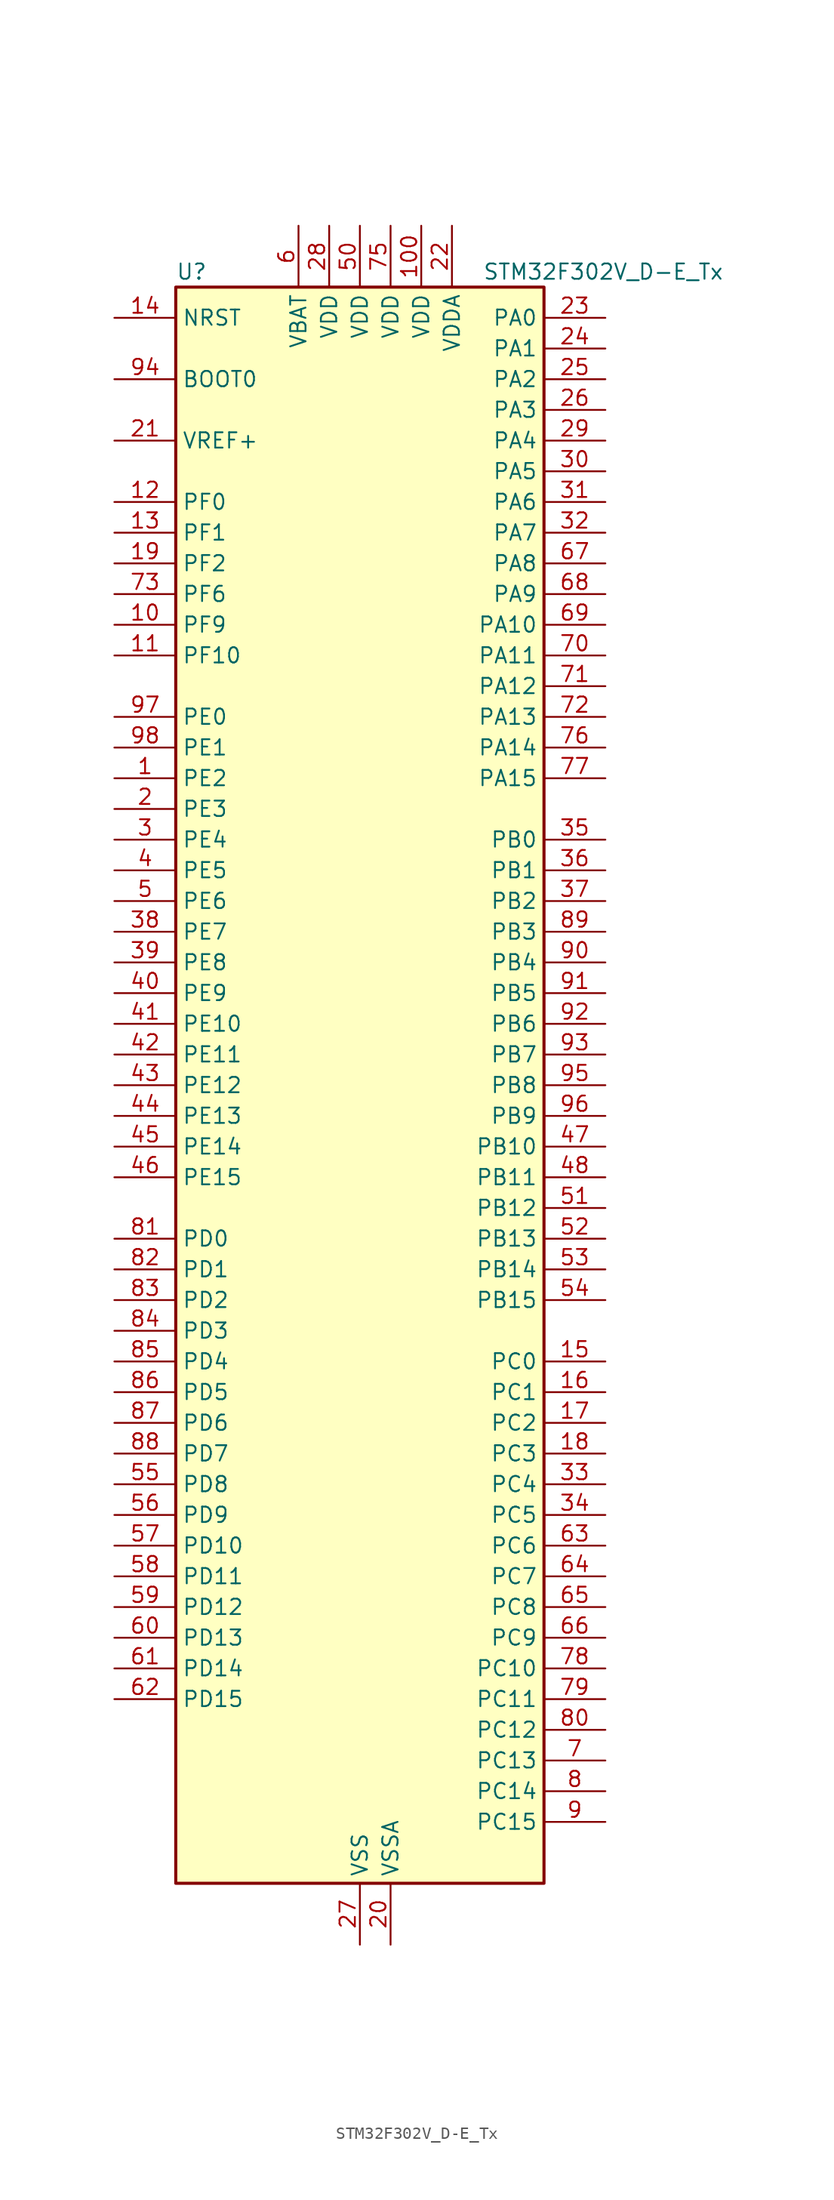
<source format=kicad_sym>
(kicad_symbol_lib
  (version 20231120)
  (generator "kicad_symbol_editor")
  (generator_version "8.0")
  (symbol "STM32F302V_D-E_Tx"
    (property "Reference" "U"
      (at -15.24 67.31 0)
      (effects (font (size 1.27 1.27)) (justify left)))
    (property "Value" "STM32F302V_D-E_Tx"
      (at 10.16 67.31 0)
      (effects (font (size 1.27 1.27)) (justify left)))
    (property "ki_locked" ""
      (at 0 0 0)
      (effects (font (size 1.27 1.27))))
    (symbol "STM32F302V_D-E_Tx_0_1"
      (rectangle (start -15.24 -66.04) (end 15.24 66.04) (stroke (width 0.254) (type default)) (fill (type background))))
    (symbol "STM32F302V_D-E_Tx_1_1"
      (pin bidirectional line (at -20.32 25.4 0) (length 5.08) (name "PE2" (effects (font (size 1.27 1.27)))) (number "1" (effects (font (size 1.27 1.27)))) (alternate "FMC_A23" bidirectional line) (alternate "SPI4_SCK" bidirectional line) (alternate "SYS_TRACECK" bidirectional line) (alternate "TIM3_CH1" bidirectional line) (alternate "TSC_G7_IO1" bidirectional line))
      (pin bidirectional line (at -20.32 38.1 0) (length 5.08) (name "PF9" (effects (font (size 1.27 1.27)))) (number "10" (effects (font (size 1.27 1.27)))) (alternate "DAC1_EXTI9" bidirectional line) (alternate "FMC_CD" bidirectional line) (alternate "SPI2_SCK" bidirectional line) (alternate "TIM15_CH1" bidirectional line))
      (pin power_in line (at 5.08 71.12 270) (length 5.08) (name "VDD" (effects (font (size 1.27 1.27)))) (number "100" (effects (font (size 1.27 1.27)))))
      (pin bidirectional line (at -20.32 35.56 0) (length 5.08) (name "PF10" (effects (font (size 1.27 1.27)))) (number "11" (effects (font (size 1.27 1.27)))) (alternate "FMC_INTR" bidirectional line) (alternate "SPI2_SCK" bidirectional line) (alternate "TIM15_CH2" bidirectional line))
      (pin bidirectional line (at -20.32 48.26 0) (length 5.08) (name "PF0" (effects (font (size 1.27 1.27)))) (number "12" (effects (font (size 1.27 1.27)))) (alternate "I2C2_SDA" bidirectional line) (alternate "I2S2_WS" bidirectional line) (alternate "RCC_OSC_IN" bidirectional line) (alternate "SPI2_NSS" bidirectional line) (alternate "TIM1_CH3N" bidirectional line))
      (pin bidirectional line (at -20.32 45.72 0) (length 5.08) (name "PF1" (effects (font (size 1.27 1.27)))) (number "13" (effects (font (size 1.27 1.27)))) (alternate "I2C2_SCL" bidirectional line) (alternate "I2S2_CK" bidirectional line) (alternate "RCC_OSC_OUT" bidirectional line) (alternate "SPI2_SCK" bidirectional line))
      (pin input line (at -20.32 63.5 0) (length 5.08) (name "NRST" (effects (font (size 1.27 1.27)))) (number "14" (effects (font (size 1.27 1.27)))))
      (pin bidirectional line (at 20.32 -22.86 180) (length 5.08) (name "PC0" (effects (font (size 1.27 1.27)))) (number "15" (effects (font (size 1.27 1.27)))) (alternate "ADC1_IN6" bidirectional line) (alternate "ADC2_IN6" bidirectional line) (alternate "TIM1_CH1" bidirectional line))
      (pin bidirectional line (at 20.32 -25.4 180) (length 5.08) (name "PC1" (effects (font (size 1.27 1.27)))) (number "16" (effects (font (size 1.27 1.27)))) (alternate "ADC1_IN7" bidirectional line) (alternate "ADC2_IN7" bidirectional line) (alternate "TIM1_CH2" bidirectional line))
      (pin bidirectional line (at 20.32 -27.94 180) (length 5.08) (name "PC2" (effects (font (size 1.27 1.27)))) (number "17" (effects (font (size 1.27 1.27)))) (alternate "ADC1_IN8" bidirectional line) (alternate "ADC2_IN8" bidirectional line) (alternate "TIM1_CH3" bidirectional line))
      (pin bidirectional line (at 20.32 -30.48 180) (length 5.08) (name "PC3" (effects (font (size 1.27 1.27)))) (number "18" (effects (font (size 1.27 1.27)))) (alternate "ADC1_IN9" bidirectional line) (alternate "ADC2_IN9" bidirectional line) (alternate "TIM1_BKIN2" bidirectional line) (alternate "TIM1_CH4" bidirectional line))
      (pin bidirectional line (at -20.32 43.18 0) (length 5.08) (name "PF2" (effects (font (size 1.27 1.27)))) (number "19" (effects (font (size 1.27 1.27)))) (alternate "ADC1_IN10" bidirectional line) (alternate "ADC2_IN10" bidirectional line) (alternate "FMC_A2" bidirectional line))
      (pin bidirectional line (at -20.32 22.86 0) (length 5.08) (name "PE3" (effects (font (size 1.27 1.27)))) (number "2" (effects (font (size 1.27 1.27)))) (alternate "FMC_A19" bidirectional line) (alternate "SPI4_NSS" bidirectional line) (alternate "SYS_TRACED0" bidirectional line) (alternate "TIM3_CH2" bidirectional line) (alternate "TSC_G7_IO2" bidirectional line))
      (pin power_in line (at 2.54 -71.12 90) (length 5.08) (name "VSSA" (effects (font (size 1.27 1.27)))) (number "20" (effects (font (size 1.27 1.27)))))
      (pin input line (at -20.32 53.34 0) (length 5.08) (name "VREF+" (effects (font (size 1.27 1.27)))) (number "21" (effects (font (size 1.27 1.27)))))
      (pin power_in line (at 7.62 71.12 270) (length 5.08) (name "VDDA" (effects (font (size 1.27 1.27)))) (number "22" (effects (font (size 1.27 1.27)))))
      (pin bidirectional line (at 20.32 63.5 180) (length 5.08) (name "PA0" (effects (font (size 1.27 1.27)))) (number "23" (effects (font (size 1.27 1.27)))) (alternate "ADC1_IN1" bidirectional line) (alternate "COMP1_INM" bidirectional line) (alternate "COMP1_OUT" bidirectional line) (alternate "RTC_TAMP2" bidirectional line) (alternate "SYS_WKUP1" bidirectional line) (alternate "TIM2_CH1" bidirectional line) (alternate "TIM2_ETR" bidirectional line) (alternate "TSC_G1_IO1" bidirectional line) (alternate "USART2_CTS" bidirectional line))
      (pin bidirectional line (at 20.32 60.96 180) (length 5.08) (name "PA1" (effects (font (size 1.27 1.27)))) (number "24" (effects (font (size 1.27 1.27)))) (alternate "ADC1_IN2" bidirectional line) (alternate "COMP1_INP" bidirectional line) (alternate "OPAMP1_VINP" bidirectional line) (alternate "OPAMP1_VINP_SEC" bidirectional line) (alternate "RTC_REFIN" bidirectional line) (alternate "TIM15_CH1N" bidirectional line) (alternate "TIM2_CH2" bidirectional line) (alternate "TSC_G1_IO2" bidirectional line) (alternate "USART2_DE" bidirectional line) (alternate "USART2_RTS" bidirectional line))
      (pin bidirectional line (at 20.32 58.42 180) (length 5.08) (name "PA2" (effects (font (size 1.27 1.27)))) (number "25" (effects (font (size 1.27 1.27)))) (alternate "ADC1_IN3" bidirectional line) (alternate "COMP2_INM" bidirectional line) (alternate "COMP2_OUT" bidirectional line) (alternate "OPAMP1_VOUT" bidirectional line) (alternate "TIM15_CH1" bidirectional line) (alternate "TIM2_CH3" bidirectional line) (alternate "TSC_G1_IO3" bidirectional line) (alternate "USART2_TX" bidirectional line))
      (pin bidirectional line (at 20.32 55.88 180) (length 5.08) (name "PA3" (effects (font (size 1.27 1.27)))) (number "26" (effects (font (size 1.27 1.27)))) (alternate "ADC1_IN4" bidirectional line) (alternate "OPAMP1_VINM" bidirectional line) (alternate "OPAMP1_VINM_SEC" bidirectional line) (alternate "OPAMP1_VINP" bidirectional line) (alternate "OPAMP1_VINP_SEC" bidirectional line) (alternate "TIM15_CH2" bidirectional line) (alternate "TIM2_CH4" bidirectional line) (alternate "TSC_G1_IO4" bidirectional line) (alternate "USART2_RX" bidirectional line))
      (pin power_in line (at 0 -71.12 90) (length 5.08) (name "VSS" (effects (font (size 1.27 1.27)))) (number "27" (effects (font (size 1.27 1.27)))))
      (pin power_in line (at -2.54 71.12 270) (length 5.08) (name "VDD" (effects (font (size 1.27 1.27)))) (number "28" (effects (font (size 1.27 1.27)))))
      (pin bidirectional line (at 20.32 53.34 180) (length 5.08) (name "PA4" (effects (font (size 1.27 1.27)))) (number "29" (effects (font (size 1.27 1.27)))) (alternate "ADC2_IN1" bidirectional line) (alternate "COMP1_INM" bidirectional line) (alternate "COMP2_INM" bidirectional line) (alternate "COMP4_INM" bidirectional line) (alternate "COMP6_INM" bidirectional line) (alternate "DAC1_OUT1" bidirectional line) (alternate "I2S3_WS" bidirectional line) (alternate "SPI1_NSS" bidirectional line) (alternate "SPI3_NSS" bidirectional line) (alternate "TIM3_CH2" bidirectional line) (alternate "TSC_G2_IO1" bidirectional line) (alternate "USART2_CK" bidirectional line))
      (pin bidirectional line (at -20.32 20.32 0) (length 5.08) (name "PE4" (effects (font (size 1.27 1.27)))) (number "3" (effects (font (size 1.27 1.27)))) (alternate "FMC_A20" bidirectional line) (alternate "SPI4_NSS" bidirectional line) (alternate "SYS_TRACED1" bidirectional line) (alternate "TIM3_CH3" bidirectional line) (alternate "TSC_G7_IO3" bidirectional line))
      (pin bidirectional line (at 20.32 50.8 180) (length 5.08) (name "PA5" (effects (font (size 1.27 1.27)))) (number "30" (effects (font (size 1.27 1.27)))) (alternate "ADC2_IN2" bidirectional line) (alternate "COMP1_INM" bidirectional line) (alternate "COMP2_INM" bidirectional line) (alternate "COMP4_INM" bidirectional line) (alternate "COMP6_INM" bidirectional line) (alternate "OPAMP1_VINP" bidirectional line) (alternate "OPAMP1_VINP_SEC" bidirectional line) (alternate "OPAMP2_VINM" bidirectional line) (alternate "OPAMP2_VINM_SEC" bidirectional line) (alternate "SPI1_SCK" bidirectional line) (alternate "TIM2_CH1" bidirectional line) (alternate "TIM2_ETR" bidirectional line) (alternate "TSC_G2_IO2" bidirectional line))
      (pin bidirectional line (at 20.32 48.26 180) (length 5.08) (name "PA6" (effects (font (size 1.27 1.27)))) (number "31" (effects (font (size 1.27 1.27)))) (alternate "ADC2_IN3" bidirectional line) (alternate "COMP1_OUT" bidirectional line) (alternate "OPAMP2_VOUT" bidirectional line) (alternate "SPI1_MISO" bidirectional line) (alternate "TIM16_CH1" bidirectional line) (alternate "TIM1_BKIN" bidirectional line) (alternate "TIM3_CH1" bidirectional line) (alternate "TSC_G2_IO3" bidirectional line))
      (pin bidirectional line (at 20.32 45.72 180) (length 5.08) (name "PA7" (effects (font (size 1.27 1.27)))) (number "32" (effects (font (size 1.27 1.27)))) (alternate "ADC2_IN4" bidirectional line) (alternate "COMP2_INP" bidirectional line) (alternate "OPAMP1_VINP" bidirectional line) (alternate "OPAMP1_VINP_SEC" bidirectional line) (alternate "OPAMP2_VINP" bidirectional line) (alternate "OPAMP2_VINP_SEC" bidirectional line) (alternate "SPI1_MOSI" bidirectional line) (alternate "TIM17_CH1" bidirectional line) (alternate "TIM1_CH1N" bidirectional line) (alternate "TIM3_CH2" bidirectional line) (alternate "TSC_G2_IO4" bidirectional line))
      (pin bidirectional line (at 20.32 -33.02 180) (length 5.08) (name "PC4" (effects (font (size 1.27 1.27)))) (number "33" (effects (font (size 1.27 1.27)))) (alternate "ADC2_IN5" bidirectional line) (alternate "TIM1_ETR" bidirectional line) (alternate "USART1_TX" bidirectional line))
      (pin bidirectional line (at 20.32 -35.56 180) (length 5.08) (name "PC5" (effects (font (size 1.27 1.27)))) (number "34" (effects (font (size 1.27 1.27)))) (alternate "ADC2_IN11" bidirectional line) (alternate "OPAMP1_VINM" bidirectional line) (alternate "OPAMP1_VINM_SEC" bidirectional line) (alternate "OPAMP2_VINM" bidirectional line) (alternate "OPAMP2_VINM_SEC" bidirectional line) (alternate "TIM15_BKIN" bidirectional line) (alternate "TSC_G3_IO1" bidirectional line) (alternate "USART1_RX" bidirectional line))
      (pin bidirectional line (at 20.32 20.32 180) (length 5.08) (name "PB0" (effects (font (size 1.27 1.27)))) (number "35" (effects (font (size 1.27 1.27)))) (alternate "COMP4_INP" bidirectional line) (alternate "OPAMP2_VINP" bidirectional line) (alternate "OPAMP2_VINP_SEC" bidirectional line) (alternate "TIM1_CH2N" bidirectional line) (alternate "TIM3_CH3" bidirectional line) (alternate "TSC_G3_IO2" bidirectional line))
      (pin bidirectional line (at 20.32 17.78 180) (length 5.08) (name "PB1" (effects (font (size 1.27 1.27)))) (number "36" (effects (font (size 1.27 1.27)))) (alternate "COMP4_OUT" bidirectional line) (alternate "TIM1_CH3N" bidirectional line) (alternate "TIM3_CH4" bidirectional line) (alternate "TSC_G3_IO3" bidirectional line))
      (pin bidirectional line (at 20.32 15.24 180) (length 5.08) (name "PB2" (effects (font (size 1.27 1.27)))) (number "37" (effects (font (size 1.27 1.27)))) (alternate "ADC2_IN12" bidirectional line) (alternate "COMP4_INM" bidirectional line) (alternate "TSC_G3_IO4" bidirectional line))
      (pin bidirectional line (at -20.32 12.7 0) (length 5.08) (name "PE7" (effects (font (size 1.27 1.27)))) (number "38" (effects (font (size 1.27 1.27)))) (alternate "FMC_D4" bidirectional line) (alternate "FMC_DA4" bidirectional line) (alternate "TIM1_ETR" bidirectional line))
      (pin bidirectional line (at -20.32 10.16 0) (length 5.08) (name "PE8" (effects (font (size 1.27 1.27)))) (number "39" (effects (font (size 1.27 1.27)))) (alternate "COMP4_INM" bidirectional line) (alternate "FMC_D5" bidirectional line) (alternate "FMC_DA5" bidirectional line) (alternate "TIM1_CH1N" bidirectional line))
      (pin bidirectional line (at -20.32 17.78 0) (length 5.08) (name "PE5" (effects (font (size 1.27 1.27)))) (number "4" (effects (font (size 1.27 1.27)))) (alternate "FMC_A21" bidirectional line) (alternate "SPI4_MISO" bidirectional line) (alternate "SYS_TRACED2" bidirectional line) (alternate "TIM3_CH4" bidirectional line) (alternate "TSC_G7_IO4" bidirectional line))
      (pin bidirectional line (at -20.32 7.62 0) (length 5.08) (name "PE9" (effects (font (size 1.27 1.27)))) (number "40" (effects (font (size 1.27 1.27)))) (alternate "DAC1_EXTI9" bidirectional line) (alternate "FMC_D6" bidirectional line) (alternate "FMC_DA6" bidirectional line) (alternate "TIM1_CH1" bidirectional line))
      (pin bidirectional line (at -20.32 5.08 0) (length 5.08) (name "PE10" (effects (font (size 1.27 1.27)))) (number "41" (effects (font (size 1.27 1.27)))) (alternate "FMC_D7" bidirectional line) (alternate "FMC_DA7" bidirectional line) (alternate "TIM1_CH2N" bidirectional line))
      (pin bidirectional line (at -20.32 2.54 0) (length 5.08) (name "PE11" (effects (font (size 1.27 1.27)))) (number "42" (effects (font (size 1.27 1.27)))) (alternate "ADC1_EXTI11" bidirectional line) (alternate "ADC2_EXTI11" bidirectional line) (alternate "FMC_D8" bidirectional line) (alternate "FMC_DA8" bidirectional line) (alternate "SPI4_NSS" bidirectional line) (alternate "TIM1_CH2" bidirectional line))
      (pin bidirectional line (at -20.32 0 0) (length 5.08) (name "PE12" (effects (font (size 1.27 1.27)))) (number "43" (effects (font (size 1.27 1.27)))) (alternate "FMC_D9" bidirectional line) (alternate "FMC_DA9" bidirectional line) (alternate "SPI4_SCK" bidirectional line) (alternate "TIM1_CH3N" bidirectional line))
      (pin bidirectional line (at -20.32 -2.54 0) (length 5.08) (name "PE13" (effects (font (size 1.27 1.27)))) (number "44" (effects (font (size 1.27 1.27)))) (alternate "FMC_D10" bidirectional line) (alternate "FMC_DA10" bidirectional line) (alternate "SPI4_MISO" bidirectional line) (alternate "TIM1_CH3" bidirectional line))
      (pin bidirectional line (at -20.32 -5.08 0) (length 5.08) (name "PE14" (effects (font (size 1.27 1.27)))) (number "45" (effects (font (size 1.27 1.27)))) (alternate "FMC_D11" bidirectional line) (alternate "FMC_DA11" bidirectional line) (alternate "SPI4_MOSI" bidirectional line) (alternate "TIM1_BKIN2" bidirectional line) (alternate "TIM1_CH4" bidirectional line))
      (pin bidirectional line (at -20.32 -7.62 0) (length 5.08) (name "PE15" (effects (font (size 1.27 1.27)))) (number "46" (effects (font (size 1.27 1.27)))) (alternate "ADC1_EXTI15" bidirectional line) (alternate "ADC2_EXTI15" bidirectional line) (alternate "FMC_D12" bidirectional line) (alternate "FMC_DA12" bidirectional line) (alternate "TIM1_BKIN" bidirectional line) (alternate "USART3_RX" bidirectional line))
      (pin bidirectional line (at 20.32 -5.08 180) (length 5.08) (name "PB10" (effects (font (size 1.27 1.27)))) (number "47" (effects (font (size 1.27 1.27)))) (alternate "TIM2_CH3" bidirectional line) (alternate "TSC_SYNC" bidirectional line) (alternate "USART3_TX" bidirectional line))
      (pin bidirectional line (at 20.32 -7.62 180) (length 5.08) (name "PB11" (effects (font (size 1.27 1.27)))) (number "48" (effects (font (size 1.27 1.27)))) (alternate "ADC1_EXTI11" bidirectional line) (alternate "ADC1_IN14" bidirectional line) (alternate "ADC2_EXTI11" bidirectional line) (alternate "ADC2_IN14" bidirectional line) (alternate "COMP6_INP" bidirectional line) (alternate "TIM2_CH4" bidirectional line) (alternate "TSC_G6_IO1" bidirectional line) (alternate "USART3_RX" bidirectional line))
      (pin passive line (at 0 -71.12 90) (length 5.08) hide (name "VSS" (effects (font (size 1.27 1.27)))) (number "49" (effects (font (size 1.27 1.27)))))
      (pin bidirectional line (at -20.32 15.24 0) (length 5.08) (name "PE6" (effects (font (size 1.27 1.27)))) (number "5" (effects (font (size 1.27 1.27)))) (alternate "FMC_A22" bidirectional line) (alternate "RTC_TAMP3" bidirectional line) (alternate "SPI4_MOSI" bidirectional line) (alternate "SYS_TRACED3" bidirectional line) (alternate "SYS_WKUP3" bidirectional line))
      (pin power_in line (at 0 71.12 270) (length 5.08) (name "VDD" (effects (font (size 1.27 1.27)))) (number "50" (effects (font (size 1.27 1.27)))))
      (pin bidirectional line (at 20.32 -10.16 180) (length 5.08) (name "PB12" (effects (font (size 1.27 1.27)))) (number "51" (effects (font (size 1.27 1.27)))) (alternate "I2C2_SMBA" bidirectional line) (alternate "I2S2_WS" bidirectional line) (alternate "SPI2_NSS" bidirectional line) (alternate "TIM1_BKIN" bidirectional line) (alternate "TSC_G6_IO2" bidirectional line) (alternate "USART3_CK" bidirectional line))
      (pin bidirectional line (at 20.32 -12.7 180) (length 5.08) (name "PB13" (effects (font (size 1.27 1.27)))) (number "52" (effects (font (size 1.27 1.27)))) (alternate "I2S2_CK" bidirectional line) (alternate "SPI2_SCK" bidirectional line) (alternate "TIM1_CH1N" bidirectional line) (alternate "TSC_G6_IO3" bidirectional line) (alternate "USART3_CTS" bidirectional line))
      (pin bidirectional line (at 20.32 -15.24 180) (length 5.08) (name "PB14" (effects (font (size 1.27 1.27)))) (number "53" (effects (font (size 1.27 1.27)))) (alternate "I2S2_ext_SD" bidirectional line) (alternate "OPAMP2_VINP" bidirectional line) (alternate "OPAMP2_VINP_SEC" bidirectional line) (alternate "SPI2_MISO" bidirectional line) (alternate "TIM15_CH1" bidirectional line) (alternate "TIM1_CH2N" bidirectional line) (alternate "TSC_G6_IO4" bidirectional line) (alternate "USART3_DE" bidirectional line) (alternate "USART3_RTS" bidirectional line))
      (pin bidirectional line (at 20.32 -17.78 180) (length 5.08) (name "PB15" (effects (font (size 1.27 1.27)))) (number "54" (effects (font (size 1.27 1.27)))) (alternate "ADC1_EXTI15" bidirectional line) (alternate "ADC2_EXTI15" bidirectional line) (alternate "COMP6_INM" bidirectional line) (alternate "I2S2_SD" bidirectional line) (alternate "RTC_REFIN" bidirectional line) (alternate "SPI2_MOSI" bidirectional line) (alternate "TIM15_CH1N" bidirectional line) (alternate "TIM15_CH2" bidirectional line) (alternate "TIM1_CH3N" bidirectional line))
      (pin bidirectional line (at -20.32 -33.02 0) (length 5.08) (name "PD8" (effects (font (size 1.27 1.27)))) (number "55" (effects (font (size 1.27 1.27)))) (alternate "FMC_D13" bidirectional line) (alternate "FMC_DA13" bidirectional line) (alternate "USART3_TX" bidirectional line))
      (pin bidirectional line (at -20.32 -35.56 0) (length 5.08) (name "PD9" (effects (font (size 1.27 1.27)))) (number "56" (effects (font (size 1.27 1.27)))) (alternate "DAC1_EXTI9" bidirectional line) (alternate "FMC_D14" bidirectional line) (alternate "FMC_DA14" bidirectional line) (alternate "USART3_RX" bidirectional line))
      (pin bidirectional line (at -20.32 -38.1 0) (length 5.08) (name "PD10" (effects (font (size 1.27 1.27)))) (number "57" (effects (font (size 1.27 1.27)))) (alternate "COMP6_INM" bidirectional line) (alternate "FMC_D15" bidirectional line) (alternate "FMC_DA15" bidirectional line) (alternate "USART3_CK" bidirectional line))
      (pin bidirectional line (at -20.32 -40.64 0) (length 5.08) (name "PD11" (effects (font (size 1.27 1.27)))) (number "58" (effects (font (size 1.27 1.27)))) (alternate "ADC1_EXTI11" bidirectional line) (alternate "ADC2_EXTI11" bidirectional line) (alternate "FMC_A16" bidirectional line) (alternate "FMC_CLE" bidirectional line) (alternate "USART3_CTS" bidirectional line))
      (pin bidirectional line (at -20.32 -43.18 0) (length 5.08) (name "PD12" (effects (font (size 1.27 1.27)))) (number "59" (effects (font (size 1.27 1.27)))) (alternate "FMC_A17" bidirectional line) (alternate "FMC_ALE" bidirectional line) (alternate "TIM4_CH1" bidirectional line) (alternate "TSC_G8_IO1" bidirectional line) (alternate "USART3_DE" bidirectional line) (alternate "USART3_RTS" bidirectional line))
      (pin power_in line (at -5.08 71.12 270) (length 5.08) (name "VBAT" (effects (font (size 1.27 1.27)))) (number "6" (effects (font (size 1.27 1.27)))))
      (pin bidirectional line (at -20.32 -45.72 0) (length 5.08) (name "PD13" (effects (font (size 1.27 1.27)))) (number "60" (effects (font (size 1.27 1.27)))) (alternate "FMC_A18" bidirectional line) (alternate "TIM4_CH2" bidirectional line) (alternate "TSC_G8_IO2" bidirectional line))
      (pin bidirectional line (at -20.32 -48.26 0) (length 5.08) (name "PD14" (effects (font (size 1.27 1.27)))) (number "61" (effects (font (size 1.27 1.27)))) (alternate "FMC_D0" bidirectional line) (alternate "FMC_DA0" bidirectional line) (alternate "OPAMP2_VINP" bidirectional line) (alternate "OPAMP2_VINP_SEC" bidirectional line) (alternate "TIM4_CH3" bidirectional line) (alternate "TSC_G8_IO3" bidirectional line))
      (pin bidirectional line (at -20.32 -50.8 0) (length 5.08) (name "PD15" (effects (font (size 1.27 1.27)))) (number "62" (effects (font (size 1.27 1.27)))) (alternate "ADC1_EXTI15" bidirectional line) (alternate "ADC2_EXTI15" bidirectional line) (alternate "FMC_D1" bidirectional line) (alternate "FMC_DA1" bidirectional line) (alternate "SPI2_NSS" bidirectional line) (alternate "TIM4_CH4" bidirectional line) (alternate "TSC_G8_IO4" bidirectional line))
      (pin bidirectional line (at 20.32 -38.1 180) (length 5.08) (name "PC6" (effects (font (size 1.27 1.27)))) (number "63" (effects (font (size 1.27 1.27)))) (alternate "COMP6_OUT" bidirectional line) (alternate "I2S2_MCK" bidirectional line) (alternate "TIM3_CH1" bidirectional line))
      (pin bidirectional line (at 20.32 -40.64 180) (length 5.08) (name "PC7" (effects (font (size 1.27 1.27)))) (number "64" (effects (font (size 1.27 1.27)))) (alternate "I2S3_MCK" bidirectional line) (alternate "TIM3_CH2" bidirectional line))
      (pin bidirectional line (at 20.32 -43.18 180) (length 5.08) (name "PC8" (effects (font (size 1.27 1.27)))) (number "65" (effects (font (size 1.27 1.27)))) (alternate "TIM3_CH3" bidirectional line))
      (pin bidirectional line (at 20.32 -45.72 180) (length 5.08) (name "PC9" (effects (font (size 1.27 1.27)))) (number "66" (effects (font (size 1.27 1.27)))) (alternate "DAC1_EXTI9" bidirectional line) (alternate "I2C3_SDA" bidirectional line) (alternate "I2S_CKIN" bidirectional line) (alternate "TIM3_CH4" bidirectional line))
      (pin bidirectional line (at 20.32 43.18 180) (length 5.08) (name "PA8" (effects (font (size 1.27 1.27)))) (number "67" (effects (font (size 1.27 1.27)))) (alternate "I2C2_SMBA" bidirectional line) (alternate "I2C3_SCL" bidirectional line) (alternate "I2S2_MCK" bidirectional line) (alternate "RCC_MCO" bidirectional line) (alternate "TIM1_CH1" bidirectional line) (alternate "TIM4_ETR" bidirectional line) (alternate "USART1_CK" bidirectional line))
      (pin bidirectional line (at 20.32 40.64 180) (length 5.08) (name "PA9" (effects (font (size 1.27 1.27)))) (number "68" (effects (font (size 1.27 1.27)))) (alternate "DAC1_EXTI9" bidirectional line) (alternate "I2C2_SCL" bidirectional line) (alternate "I2C3_SMBA" bidirectional line) (alternate "I2S3_MCK" bidirectional line) (alternate "TIM15_BKIN" bidirectional line) (alternate "TIM1_CH2" bidirectional line) (alternate "TIM2_CH3" bidirectional line) (alternate "TSC_G4_IO1" bidirectional line) (alternate "USART1_TX" bidirectional line))
      (pin bidirectional line (at 20.32 38.1 180) (length 5.08) (name "PA10" (effects (font (size 1.27 1.27)))) (number "69" (effects (font (size 1.27 1.27)))) (alternate "COMP6_OUT" bidirectional line) (alternate "I2C2_SDA" bidirectional line) (alternate "I2S2_ext_SD" bidirectional line) (alternate "SPI2_MISO" bidirectional line) (alternate "TIM17_BKIN" bidirectional line) (alternate "TIM1_CH3" bidirectional line) (alternate "TIM2_CH4" bidirectional line) (alternate "TSC_G4_IO2" bidirectional line) (alternate "USART1_RX" bidirectional line))
      (pin bidirectional line (at 20.32 -55.88 180) (length 5.08) (name "PC13" (effects (font (size 1.27 1.27)))) (number "7" (effects (font (size 1.27 1.27)))) (alternate "RTC_OUT_ALARM" bidirectional line) (alternate "RTC_OUT_CALIB" bidirectional line) (alternate "RTC_TAMP1" bidirectional line) (alternate "RTC_TS" bidirectional line) (alternate "SYS_WKUP2" bidirectional line) (alternate "TIM1_CH1N" bidirectional line))
      (pin bidirectional line (at 20.32 35.56 180) (length 5.08) (name "PA11" (effects (font (size 1.27 1.27)))) (number "70" (effects (font (size 1.27 1.27)))) (alternate "ADC1_EXTI11" bidirectional line) (alternate "ADC2_EXTI11" bidirectional line) (alternate "CAN_RX" bidirectional line) (alternate "COMP1_OUT" bidirectional line) (alternate "I2S2_SD" bidirectional line) (alternate "SPI2_MOSI" bidirectional line) (alternate "TIM1_BKIN2" bidirectional line) (alternate "TIM1_CH1N" bidirectional line) (alternate "TIM1_CH4" bidirectional line) (alternate "TIM4_CH1" bidirectional line) (alternate "USART1_CTS" bidirectional line) (alternate "USB_DM" bidirectional line))
      (pin bidirectional line (at 20.32 33.02 180) (length 5.08) (name "PA12" (effects (font (size 1.27 1.27)))) (number "71" (effects (font (size 1.27 1.27)))) (alternate "CAN_TX" bidirectional line) (alternate "COMP2_OUT" bidirectional line) (alternate "I2S_CKIN" bidirectional line) (alternate "TIM16_CH1" bidirectional line) (alternate "TIM1_CH2N" bidirectional line) (alternate "TIM1_ETR" bidirectional line) (alternate "TIM4_CH2" bidirectional line) (alternate "USART1_DE" bidirectional line) (alternate "USART1_RTS" bidirectional line) (alternate "USB_DP" bidirectional line))
      (pin bidirectional line (at 20.32 30.48 180) (length 5.08) (name "PA13" (effects (font (size 1.27 1.27)))) (number "72" (effects (font (size 1.27 1.27)))) (alternate "IR_OUT" bidirectional line) (alternate "SYS_JTMS-SWDIO" bidirectional line) (alternate "TIM16_CH1N" bidirectional line) (alternate "TIM4_CH3" bidirectional line) (alternate "TSC_G4_IO3" bidirectional line) (alternate "USART3_CTS" bidirectional line))
      (pin bidirectional line (at -20.32 40.64 0) (length 5.08) (name "PF6" (effects (font (size 1.27 1.27)))) (number "73" (effects (font (size 1.27 1.27)))) (alternate "FMC_NIORD" bidirectional line) (alternate "I2C2_SCL" bidirectional line) (alternate "TIM4_CH4" bidirectional line) (alternate "USART3_DE" bidirectional line) (alternate "USART3_RTS" bidirectional line))
      (pin passive line (at 0 -71.12 90) (length 5.08) hide (name "VSS" (effects (font (size 1.27 1.27)))) (number "74" (effects (font (size 1.27 1.27)))))
      (pin power_in line (at 2.54 71.12 270) (length 5.08) (name "VDD" (effects (font (size 1.27 1.27)))) (number "75" (effects (font (size 1.27 1.27)))))
      (pin bidirectional line (at 20.32 27.94 180) (length 5.08) (name "PA14" (effects (font (size 1.27 1.27)))) (number "76" (effects (font (size 1.27 1.27)))) (alternate "I2C1_SDA" bidirectional line) (alternate "SYS_JTCK-SWCLK" bidirectional line) (alternate "TIM1_BKIN" bidirectional line) (alternate "TSC_G4_IO4" bidirectional line) (alternate "USART2_TX" bidirectional line))
      (pin bidirectional line (at 20.32 25.4 180) (length 5.08) (name "PA15" (effects (font (size 1.27 1.27)))) (number "77" (effects (font (size 1.27 1.27)))) (alternate "ADC1_EXTI15" bidirectional line) (alternate "ADC2_EXTI15" bidirectional line) (alternate "I2C1_SCL" bidirectional line) (alternate "I2S3_WS" bidirectional line) (alternate "SPI1_NSS" bidirectional line) (alternate "SPI3_NSS" bidirectional line) (alternate "SYS_JTDI" bidirectional line) (alternate "TIM1_BKIN" bidirectional line) (alternate "TIM2_CH1" bidirectional line) (alternate "TIM2_ETR" bidirectional line) (alternate "TSC_SYNC" bidirectional line) (alternate "USART2_RX" bidirectional line))
      (pin bidirectional line (at 20.32 -48.26 180) (length 5.08) (name "PC10" (effects (font (size 1.27 1.27)))) (number "78" (effects (font (size 1.27 1.27)))) (alternate "I2S3_CK" bidirectional line) (alternate "SPI3_SCK" bidirectional line) (alternate "UART4_TX" bidirectional line) (alternate "USART3_TX" bidirectional line))
      (pin bidirectional line (at 20.32 -50.8 180) (length 5.08) (name "PC11" (effects (font (size 1.27 1.27)))) (number "79" (effects (font (size 1.27 1.27)))) (alternate "ADC1_EXTI11" bidirectional line) (alternate "ADC2_EXTI11" bidirectional line) (alternate "I2S3_ext_SD" bidirectional line) (alternate "SPI3_MISO" bidirectional line) (alternate "UART4_RX" bidirectional line) (alternate "USART3_RX" bidirectional line))
      (pin bidirectional line (at 20.32 -58.42 180) (length 5.08) (name "PC14" (effects (font (size 1.27 1.27)))) (number "8" (effects (font (size 1.27 1.27)))) (alternate "RCC_OSC32_IN" bidirectional line))
      (pin bidirectional line (at 20.32 -53.34 180) (length 5.08) (name "PC12" (effects (font (size 1.27 1.27)))) (number "80" (effects (font (size 1.27 1.27)))) (alternate "I2S3_SD" bidirectional line) (alternate "SPI3_MOSI" bidirectional line) (alternate "UART5_TX" bidirectional line) (alternate "USART3_CK" bidirectional line))
      (pin bidirectional line (at -20.32 -12.7 0) (length 5.08) (name "PD0" (effects (font (size 1.27 1.27)))) (number "81" (effects (font (size 1.27 1.27)))) (alternate "CAN_RX" bidirectional line) (alternate "FMC_D2" bidirectional line) (alternate "FMC_DA2" bidirectional line))
      (pin bidirectional line (at -20.32 -15.24 0) (length 5.08) (name "PD1" (effects (font (size 1.27 1.27)))) (number "82" (effects (font (size 1.27 1.27)))) (alternate "CAN_TX" bidirectional line) (alternate "FMC_D3" bidirectional line) (alternate "FMC_DA3" bidirectional line))
      (pin bidirectional line (at -20.32 -17.78 0) (length 5.08) (name "PD2" (effects (font (size 1.27 1.27)))) (number "83" (effects (font (size 1.27 1.27)))) (alternate "TIM3_ETR" bidirectional line) (alternate "UART5_RX" bidirectional line))
      (pin bidirectional line (at -20.32 -20.32 0) (length 5.08) (name "PD3" (effects (font (size 1.27 1.27)))) (number "84" (effects (font (size 1.27 1.27)))) (alternate "FMC_CLK" bidirectional line) (alternate "TIM2_CH1" bidirectional line) (alternate "TIM2_ETR" bidirectional line) (alternate "USART2_CTS" bidirectional line))
      (pin bidirectional line (at -20.32 -22.86 0) (length 5.08) (name "PD4" (effects (font (size 1.27 1.27)))) (number "85" (effects (font (size 1.27 1.27)))) (alternate "FMC_NOE" bidirectional line) (alternate "TIM2_CH2" bidirectional line) (alternate "USART2_DE" bidirectional line) (alternate "USART2_RTS" bidirectional line))
      (pin bidirectional line (at -20.32 -25.4 0) (length 5.08) (name "PD5" (effects (font (size 1.27 1.27)))) (number "86" (effects (font (size 1.27 1.27)))) (alternate "FMC_NWE" bidirectional line) (alternate "USART2_TX" bidirectional line))
      (pin bidirectional line (at -20.32 -27.94 0) (length 5.08) (name "PD6" (effects (font (size 1.27 1.27)))) (number "87" (effects (font (size 1.27 1.27)))) (alternate "FMC_NWAIT" bidirectional line) (alternate "TIM2_CH4" bidirectional line) (alternate "USART2_RX" bidirectional line))
      (pin bidirectional line (at -20.32 -30.48 0) (length 5.08) (name "PD7" (effects (font (size 1.27 1.27)))) (number "88" (effects (font (size 1.27 1.27)))) (alternate "FMC_NCE2" bidirectional line) (alternate "FMC_NE1" bidirectional line) (alternate "TIM2_CH3" bidirectional line) (alternate "USART2_CK" bidirectional line))
      (pin bidirectional line (at 20.32 12.7 180) (length 5.08) (name "PB3" (effects (font (size 1.27 1.27)))) (number "89" (effects (font (size 1.27 1.27)))) (alternate "I2S3_CK" bidirectional line) (alternate "SPI1_SCK" bidirectional line) (alternate "SPI3_SCK" bidirectional line) (alternate "SYS_JTDO-TRACESWO" bidirectional line) (alternate "TIM2_CH2" bidirectional line) (alternate "TIM3_ETR" bidirectional line) (alternate "TIM4_ETR" bidirectional line) (alternate "TSC_G5_IO1" bidirectional line) (alternate "USART2_TX" bidirectional line))
      (pin bidirectional line (at 20.32 -60.96 180) (length 5.08) (name "PC15" (effects (font (size 1.27 1.27)))) (number "9" (effects (font (size 1.27 1.27)))) (alternate "ADC1_EXTI15" bidirectional line) (alternate "ADC2_EXTI15" bidirectional line) (alternate "RCC_OSC32_OUT" bidirectional line))
      (pin bidirectional line (at 20.32 10.16 180) (length 5.08) (name "PB4" (effects (font (size 1.27 1.27)))) (number "90" (effects (font (size 1.27 1.27)))) (alternate "I2S3_ext_SD" bidirectional line) (alternate "SPI1_MISO" bidirectional line) (alternate "SPI3_MISO" bidirectional line) (alternate "SYS_NJTRST" bidirectional line) (alternate "TIM16_CH1" bidirectional line) (alternate "TIM17_BKIN" bidirectional line) (alternate "TIM3_CH1" bidirectional line) (alternate "TSC_G5_IO2" bidirectional line) (alternate "USART2_RX" bidirectional line))
      (pin bidirectional line (at 20.32 7.62 180) (length 5.08) (name "PB5" (effects (font (size 1.27 1.27)))) (number "91" (effects (font (size 1.27 1.27)))) (alternate "I2C1_SMBA" bidirectional line) (alternate "I2C3_SDA" bidirectional line) (alternate "I2S3_SD" bidirectional line) (alternate "SPI1_MOSI" bidirectional line) (alternate "SPI3_MOSI" bidirectional line) (alternate "TIM16_BKIN" bidirectional line) (alternate "TIM17_CH1" bidirectional line) (alternate "TIM3_CH2" bidirectional line) (alternate "USART2_CK" bidirectional line))
      (pin bidirectional line (at 20.32 5.08 180) (length 5.08) (name "PB6" (effects (font (size 1.27 1.27)))) (number "92" (effects (font (size 1.27 1.27)))) (alternate "I2C1_SCL" bidirectional line) (alternate "TIM16_CH1N" bidirectional line) (alternate "TIM4_CH1" bidirectional line) (alternate "TSC_G5_IO3" bidirectional line) (alternate "USART1_TX" bidirectional line))
      (pin bidirectional line (at 20.32 2.54 180) (length 5.08) (name "PB7" (effects (font (size 1.27 1.27)))) (number "93" (effects (font (size 1.27 1.27)))) (alternate "FMC_NL" bidirectional line) (alternate "I2C1_SDA" bidirectional line) (alternate "TIM17_CH1N" bidirectional line) (alternate "TIM3_CH4" bidirectional line) (alternate "TIM4_CH2" bidirectional line) (alternate "TSC_G5_IO4" bidirectional line) (alternate "USART1_RX" bidirectional line))
      (pin input line (at -20.32 58.42 0) (length 5.08) (name "BOOT0" (effects (font (size 1.27 1.27)))) (number "94" (effects (font (size 1.27 1.27)))))
      (pin bidirectional line (at 20.32 0 180) (length 5.08) (name "PB8" (effects (font (size 1.27 1.27)))) (number "95" (effects (font (size 1.27 1.27)))) (alternate "CAN_RX" bidirectional line) (alternate "COMP1_OUT" bidirectional line) (alternate "I2C1_SCL" bidirectional line) (alternate "TIM16_CH1" bidirectional line) (alternate "TIM1_BKIN" bidirectional line) (alternate "TIM4_CH3" bidirectional line) (alternate "TSC_SYNC" bidirectional line) (alternate "USART3_RX" bidirectional line))
      (pin bidirectional line (at 20.32 -2.54 180) (length 5.08) (name "PB9" (effects (font (size 1.27 1.27)))) (number "96" (effects (font (size 1.27 1.27)))) (alternate "CAN_TX" bidirectional line) (alternate "COMP2_OUT" bidirectional line) (alternate "DAC1_EXTI9" bidirectional line) (alternate "I2C1_SDA" bidirectional line) (alternate "IR_OUT" bidirectional line) (alternate "TIM17_CH1" bidirectional line) (alternate "TIM4_CH4" bidirectional line) (alternate "USART3_TX" bidirectional line))
      (pin bidirectional line (at -20.32 30.48 0) (length 5.08) (name "PE0" (effects (font (size 1.27 1.27)))) (number "97" (effects (font (size 1.27 1.27)))) (alternate "FMC_NBL0" bidirectional line) (alternate "TIM16_CH1" bidirectional line) (alternate "TIM4_ETR" bidirectional line) (alternate "USART1_TX" bidirectional line))
      (pin bidirectional line (at -20.32 27.94 0) (length 5.08) (name "PE1" (effects (font (size 1.27 1.27)))) (number "98" (effects (font (size 1.27 1.27)))) (alternate "FMC_NBL1" bidirectional line) (alternate "TIM17_CH1" bidirectional line) (alternate "USART1_RX" bidirectional line))
      (pin passive line (at 0 -71.12 90) (length 5.08) hide (name "VSS" (effects (font (size 1.27 1.27)))) (number "99" (effects (font (size 1.27 1.27))))))))
</source>
